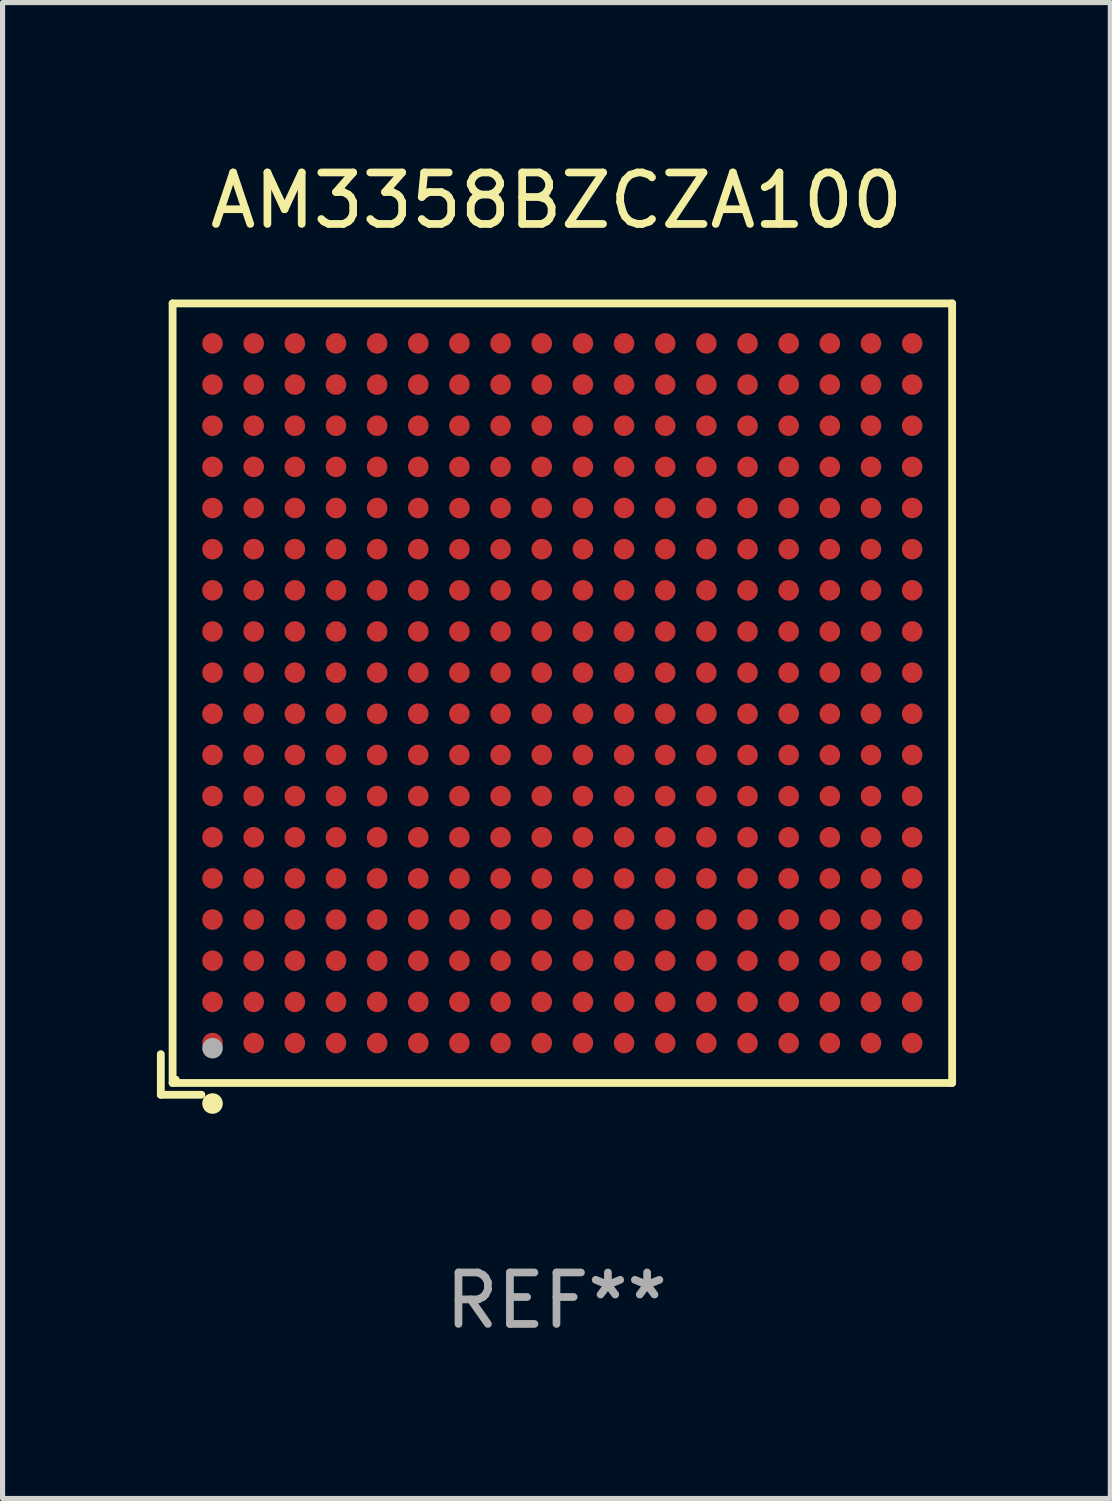
<source format=kicad_pcb>
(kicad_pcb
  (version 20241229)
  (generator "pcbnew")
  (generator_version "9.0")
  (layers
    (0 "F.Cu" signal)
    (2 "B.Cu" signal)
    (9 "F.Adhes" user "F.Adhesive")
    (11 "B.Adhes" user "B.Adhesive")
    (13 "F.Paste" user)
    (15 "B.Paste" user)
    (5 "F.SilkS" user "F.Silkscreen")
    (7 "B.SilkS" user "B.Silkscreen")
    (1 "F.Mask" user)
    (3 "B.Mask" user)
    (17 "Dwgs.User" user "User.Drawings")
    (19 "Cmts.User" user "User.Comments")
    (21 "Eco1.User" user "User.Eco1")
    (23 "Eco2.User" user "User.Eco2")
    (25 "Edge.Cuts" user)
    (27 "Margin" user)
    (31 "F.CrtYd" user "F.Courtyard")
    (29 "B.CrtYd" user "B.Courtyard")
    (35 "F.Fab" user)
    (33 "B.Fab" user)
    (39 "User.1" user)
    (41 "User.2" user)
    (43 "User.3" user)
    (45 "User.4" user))
  (footprint "AM3358BZCZA100"
    (layer "F.Cu")
    (at 7.767 10.539)
    (property "Reference" "AM3358BZCZA100" (at 0 -9.691 0) (layer "F.SilkS") (effects (font (size 1 1) (thickness 0.15))))
    (attr through_hole)
    (fp_line (start -7.691 6.902) (end -7.691 7.691) (stroke (width 0.152) (type solid)) (layer "F.SilkS"))
    (fp_line (start -7.691 7.691) (end -6.902 7.691) (stroke (width 0.152) (type solid)) (layer "F.SilkS"))
    (fp_line (start -7.462 -7.691) (end 7.691 -7.691) (stroke (width 0.152) (type solid)) (layer "F.SilkS"))
    (fp_line (start -7.462 7.462) (end -7.462 -7.691) (stroke (width 0.152) (type solid)) (layer "F.SilkS"))
    (fp_line (start 7.691 -7.691) (end 7.691 7.462) (stroke (width 0.152) (type solid)) (layer "F.SilkS"))
    (fp_line (start 7.691 7.462) (end -7.462 7.462) (stroke (width 0.152) (type solid)) (layer "F.SilkS"))
    (fp_circle (center -7.386 7.386) (end -7.356 7.386) (stroke (width 0.06) (type solid)) (fill no) (layer "F.SilkS"))
    (fp_circle (center -6.686 7.862) (end -6.586 7.862) (stroke (width 0.2) (type solid)) (fill no) (layer "F.SilkS"))
    (fp_circle (center -6.686 6.786) (end -6.586 6.786) (stroke (width 0.2) (type solid)) (fill no) (layer "F.Fab"))
    (fp_text user "REF**" (at 0 11.691 0) (layer "F.Fab") (effects (font (size 1 1) (thickness 0.15))))
    (pad "A1" smd circle (at -6.686 6.686) (size 0.4 0.4) (layers "F.Cu" "F.Mask" "F.Paste"))
    (pad "A2" smd circle (at -6.686 5.886) (size 0.4 0.4) (layers "F.Cu" "F.Mask" "F.Paste"))
    (pad "A3" smd circle (at -6.686 5.086) (size 0.4 0.4) (layers "F.Cu" "F.Mask" "F.Paste"))
    (pad "A4" smd circle (at -6.686 4.286) (size 0.4 0.4) (layers "F.Cu" "F.Mask" "F.Paste"))
    (pad "A5" smd circle (at -6.686 3.486) (size 0.4 0.4) (layers "F.Cu" "F.Mask" "F.Paste"))
    (pad "A6" smd circle (at -6.686 2.686) (size 0.4 0.4) (layers "F.Cu" "F.Mask" "F.Paste"))
    (pad "A7" smd circle (at -6.686 1.886) (size 0.4 0.4) (layers "F.Cu" "F.Mask" "F.Paste"))
    (pad "A8" smd circle (at -6.686 1.086) (size 0.4 0.4) (layers "F.Cu" "F.Mask" "F.Paste"))
    (pad "A9" smd circle (at -6.686 0.286) (size 0.4 0.4) (layers "F.Cu" "F.Mask" "F.Paste"))
    (pad "A10" smd circle (at -6.686 -0.514) (size 0.4 0.4) (layers "F.Cu" "F.Mask" "F.Paste"))
    (pad "A11" smd circle (at -6.686 -1.314) (size 0.4 0.4) (layers "F.Cu" "F.Mask" "F.Paste"))
    (pad "A12" smd circle (at -6.686 -2.114) (size 0.4 0.4) (layers "F.Cu" "F.Mask" "F.Paste"))
    (pad "A13" smd circle (at -6.686 -2.914) (size 0.4 0.4) (layers "F.Cu" "F.Mask" "F.Paste"))
    (pad "A14" smd circle (at -6.686 -3.714) (size 0.4 0.4) (layers "F.Cu" "F.Mask" "F.Paste"))
    (pad "A15" smd circle (at -6.686 -4.514) (size 0.4 0.4) (layers "F.Cu" "F.Mask" "F.Paste"))
    (pad "A16" smd circle (at -6.686 -5.314) (size 0.4 0.4) (layers "F.Cu" "F.Mask" "F.Paste"))
    (pad "A17" smd circle (at -6.686 -6.114) (size 0.4 0.4) (layers "F.Cu" "F.Mask" "F.Paste"))
    (pad "A18" smd circle (at -6.686 -6.914) (size 0.4 0.4) (layers "F.Cu" "F.Mask" "F.Paste"))
    (pad "B1" smd circle (at -5.886 6.686) (size 0.4 0.4) (layers "F.Cu" "F.Mask" "F.Paste"))
    (pad "B2" smd circle (at -5.886 5.886) (size 0.4 0.4) (layers "F.Cu" "F.Mask" "F.Paste"))
    (pad "B3" smd circle (at -5.886 5.086) (size 0.4 0.4) (layers "F.Cu" "F.Mask" "F.Paste"))
    (pad "B4" smd circle (at -5.886 4.286) (size 0.4 0.4) (layers "F.Cu" "F.Mask" "F.Paste"))
    (pad "B5" smd circle (at -5.886 3.486) (size 0.4 0.4) (layers "F.Cu" "F.Mask" "F.Paste"))
    (pad "B6" smd circle (at -5.886 2.686) (size 0.4 0.4) (layers "F.Cu" "F.Mask" "F.Paste"))
    (pad "B7" smd circle (at -5.886 1.886) (size 0.4 0.4) (layers "F.Cu" "F.Mask" "F.Paste"))
    (pad "B8" smd circle (at -5.886 1.086) (size 0.4 0.4) (layers "F.Cu" "F.Mask" "F.Paste"))
    (pad "B9" smd circle (at -5.886 0.286) (size 0.4 0.4) (layers "F.Cu" "F.Mask" "F.Paste"))
    (pad "B10" smd circle (at -5.886 -0.514) (size 0.4 0.4) (layers "F.Cu" "F.Mask" "F.Paste"))
    (pad "B11" smd circle (at -5.886 -1.314) (size 0.4 0.4) (layers "F.Cu" "F.Mask" "F.Paste"))
    (pad "B12" smd circle (at -5.886 -2.114) (size 0.4 0.4) (layers "F.Cu" "F.Mask" "F.Paste"))
    (pad "B13" smd circle (at -5.886 -2.914) (size 0.4 0.4) (layers "F.Cu" "F.Mask" "F.Paste"))
    (pad "B14" smd circle (at -5.886 -3.714) (size 0.4 0.4) (layers "F.Cu" "F.Mask" "F.Paste"))
    (pad "B15" smd circle (at -5.886 -4.514) (size 0.4 0.4) (layers "F.Cu" "F.Mask" "F.Paste"))
    (pad "B16" smd circle (at -5.886 -5.314) (size 0.4 0.4) (layers "F.Cu" "F.Mask" "F.Paste"))
    (pad "B17" smd circle (at -5.886 -6.114) (size 0.4 0.4) (layers "F.Cu" "F.Mask" "F.Paste"))
    (pad "B18" smd circle (at -5.886 -6.914) (size 0.4 0.4) (layers "F.Cu" "F.Mask" "F.Paste"))
    (pad "C1" smd circle (at -5.086 6.686) (size 0.4 0.4) (layers "F.Cu" "F.Mask" "F.Paste"))
    (pad "C2" smd circle (at -5.086 5.886) (size 0.4 0.4) (layers "F.Cu" "F.Mask" "F.Paste"))
    (pad "C3" smd circle (at -5.086 5.086) (size 0.4 0.4) (layers "F.Cu" "F.Mask" "F.Paste"))
    (pad "C4" smd circle (at -5.086 4.286) (size 0.4 0.4) (layers "F.Cu" "F.Mask" "F.Paste"))
    (pad "C5" smd circle (at -5.086 3.486) (size 0.4 0.4) (layers "F.Cu" "F.Mask" "F.Paste"))
    (pad "C6" smd circle (at -5.086 2.686) (size 0.4 0.4) (layers "F.Cu" "F.Mask" "F.Paste"))
    (pad "C7" smd circle (at -5.086 1.886) (size 0.4 0.4) (layers "F.Cu" "F.Mask" "F.Paste"))
    (pad "C8" smd circle (at -5.086 1.086) (size 0.4 0.4) (layers "F.Cu" "F.Mask" "F.Paste"))
    (pad "C9" smd circle (at -5.086 0.286) (size 0.4 0.4) (layers "F.Cu" "F.Mask" "F.Paste"))
    (pad "C10" smd circle (at -5.086 -0.514) (size 0.4 0.4) (layers "F.Cu" "F.Mask" "F.Paste"))
    (pad "C11" smd circle (at -5.086 -1.314) (size 0.4 0.4) (layers "F.Cu" "F.Mask" "F.Paste"))
    (pad "C12" smd circle (at -5.086 -2.114) (size 0.4 0.4) (layers "F.Cu" "F.Mask" "F.Paste"))
    (pad "C13" smd circle (at -5.086 -2.914) (size 0.4 0.4) (layers "F.Cu" "F.Mask" "F.Paste"))
    (pad "C14" smd circle (at -5.086 -3.714) (size 0.4 0.4) (layers "F.Cu" "F.Mask" "F.Paste"))
    (pad "C15" smd circle (at -5.086 -4.514) (size 0.4 0.4) (layers "F.Cu" "F.Mask" "F.Paste"))
    (pad "C16" smd circle (at -5.086 -5.314) (size 0.4 0.4) (layers "F.Cu" "F.Mask" "F.Paste"))
    (pad "C17" smd circle (at -5.086 -6.114) (size 0.4 0.4) (layers "F.Cu" "F.Mask" "F.Paste"))
    (pad "C18" smd circle (at -5.086 -6.914) (size 0.4 0.4) (layers "F.Cu" "F.Mask" "F.Paste"))
    (pad "D1" smd circle (at -4.286 6.686) (size 0.4 0.4) (layers "F.Cu" "F.Mask" "F.Paste"))
    (pad "D2" smd circle (at -4.286 5.886) (size 0.4 0.4) (layers "F.Cu" "F.Mask" "F.Paste"))
    (pad "D3" smd circle (at -4.286 5.086) (size 0.4 0.4) (layers "F.Cu" "F.Mask" "F.Paste"))
    (pad "D4" smd circle (at -4.286 4.286) (size 0.4 0.4) (layers "F.Cu" "F.Mask" "F.Paste"))
    (pad "D5" smd circle (at -4.286 3.486) (size 0.4 0.4) (layers "F.Cu" "F.Mask" "F.Paste"))
    (pad "D6" smd circle (at -4.286 2.686) (size 0.4 0.4) (layers "F.Cu" "F.Mask" "F.Paste"))
    (pad "D7" smd circle (at -4.286 1.886) (size 0.4 0.4) (layers "F.Cu" "F.Mask" "F.Paste"))
    (pad "D8" smd circle (at -4.286 1.086) (size 0.4 0.4) (layers "F.Cu" "F.Mask" "F.Paste"))
    (pad "D9" smd circle (at -4.286 0.286) (size 0.4 0.4) (layers "F.Cu" "F.Mask" "F.Paste"))
    (pad "D10" smd circle (at -4.286 -0.514) (size 0.4 0.4) (layers "F.Cu" "F.Mask" "F.Paste"))
    (pad "D11" smd circle (at -4.286 -1.314) (size 0.4 0.4) (layers "F.Cu" "F.Mask" "F.Paste"))
    (pad "D12" smd circle (at -4.286 -2.114) (size 0.4 0.4) (layers "F.Cu" "F.Mask" "F.Paste"))
    (pad "D13" smd circle (at -4.286 -2.914) (size 0.4 0.4) (layers "F.Cu" "F.Mask" "F.Paste"))
    (pad "D14" smd circle (at -4.286 -3.714) (size 0.4 0.4) (layers "F.Cu" "F.Mask" "F.Paste"))
    (pad "D15" smd circle (at -4.286 -4.514) (size 0.4 0.4) (layers "F.Cu" "F.Mask" "F.Paste"))
    (pad "D16" smd circle (at -4.286 -5.314) (size 0.4 0.4) (layers "F.Cu" "F.Mask" "F.Paste"))
    (pad "D17" smd circle (at -4.286 -6.114) (size 0.4 0.4) (layers "F.Cu" "F.Mask" "F.Paste"))
    (pad "D18" smd circle (at -4.286 -6.914) (size 0.4 0.4) (layers "F.Cu" "F.Mask" "F.Paste"))
    (pad "E1" smd circle (at -3.486 6.686) (size 0.4 0.4) (layers "F.Cu" "F.Mask" "F.Paste"))
    (pad "E2" smd circle (at -3.486 5.886) (size 0.4 0.4) (layers "F.Cu" "F.Mask" "F.Paste"))
    (pad "E3" smd circle (at -3.486 5.086) (size 0.4 0.4) (layers "F.Cu" "F.Mask" "F.Paste"))
    (pad "E4" smd circle (at -3.486 4.286) (size 0.4 0.4) (layers "F.Cu" "F.Mask" "F.Paste"))
    (pad "E5" smd circle (at -3.486 3.486) (size 0.4 0.4) (layers "F.Cu" "F.Mask" "F.Paste"))
    (pad "E6" smd circle (at -3.486 2.686) (size 0.4 0.4) (layers "F.Cu" "F.Mask" "F.Paste"))
    (pad "E7" smd circle (at -3.486 1.886) (size 0.4 0.4) (layers "F.Cu" "F.Mask" "F.Paste"))
    (pad "E8" smd circle (at -3.486 1.086) (size 0.4 0.4) (layers "F.Cu" "F.Mask" "F.Paste"))
    (pad "E9" smd circle (at -3.486 0.286) (size 0.4 0.4) (layers "F.Cu" "F.Mask" "F.Paste"))
    (pad "E10" smd circle (at -3.486 -0.514) (size 0.4 0.4) (layers "F.Cu" "F.Mask" "F.Paste"))
    (pad "E11" smd circle (at -3.486 -1.314) (size 0.4 0.4) (layers "F.Cu" "F.Mask" "F.Paste"))
    (pad "E12" smd circle (at -3.486 -2.114) (size 0.4 0.4) (layers "F.Cu" "F.Mask" "F.Paste"))
    (pad "E13" smd circle (at -3.486 -2.914) (size 0.4 0.4) (layers "F.Cu" "F.Mask" "F.Paste"))
    (pad "E14" smd circle (at -3.486 -3.714) (size 0.4 0.4) (layers "F.Cu" "F.Mask" "F.Paste"))
    (pad "E15" smd circle (at -3.486 -4.514) (size 0.4 0.4) (layers "F.Cu" "F.Mask" "F.Paste"))
    (pad "E16" smd circle (at -3.486 -5.314) (size 0.4 0.4) (layers "F.Cu" "F.Mask" "F.Paste"))
    (pad "E17" smd circle (at -3.486 -6.114) (size 0.4 0.4) (layers "F.Cu" "F.Mask" "F.Paste"))
    (pad "E18" smd circle (at -3.486 -6.914) (size 0.4 0.4) (layers "F.Cu" "F.Mask" "F.Paste"))
    (pad "F1" smd circle (at -2.686 6.686) (size 0.4 0.4) (layers "F.Cu" "F.Mask" "F.Paste"))
    (pad "F2" smd circle (at -2.686 5.886) (size 0.4 0.4) (layers "F.Cu" "F.Mask" "F.Paste"))
    (pad "F3" smd circle (at -2.686 5.086) (size 0.4 0.4) (layers "F.Cu" "F.Mask" "F.Paste"))
    (pad "F4" smd circle (at -2.686 4.286) (size 0.4 0.4) (layers "F.Cu" "F.Mask" "F.Paste"))
    (pad "F5" smd circle (at -2.686 3.486) (size 0.4 0.4) (layers "F.Cu" "F.Mask" "F.Paste"))
    (pad "F6" smd circle (at -2.686 2.686) (size 0.4 0.4) (layers "F.Cu" "F.Mask" "F.Paste"))
    (pad "F7" smd circle (at -2.686 1.886) (size 0.4 0.4) (layers "F.Cu" "F.Mask" "F.Paste"))
    (pad "F8" smd circle (at -2.686 1.086) (size 0.4 0.4) (layers "F.Cu" "F.Mask" "F.Paste"))
    (pad "F9" smd circle (at -2.686 0.286) (size 0.4 0.4) (layers "F.Cu" "F.Mask" "F.Paste"))
    (pad "F10" smd circle (at -2.686 -0.514) (size 0.4 0.4) (layers "F.Cu" "F.Mask" "F.Paste"))
    (pad "F11" smd circle (at -2.686 -1.314) (size 0.4 0.4) (layers "F.Cu" "F.Mask" "F.Paste"))
    (pad "F12" smd circle (at -2.686 -2.114) (size 0.4 0.4) (layers "F.Cu" "F.Mask" "F.Paste"))
    (pad "F13" smd circle (at -2.686 -2.914) (size 0.4 0.4) (layers "F.Cu" "F.Mask" "F.Paste"))
    (pad "F14" smd circle (at -2.686 -3.714) (size 0.4 0.4) (layers "F.Cu" "F.Mask" "F.Paste"))
    (pad "F15" smd circle (at -2.686 -4.514) (size 0.4 0.4) (layers "F.Cu" "F.Mask" "F.Paste"))
    (pad "F16" smd circle (at -2.686 -5.314) (size 0.4 0.4) (layers "F.Cu" "F.Mask" "F.Paste"))
    (pad "F17" smd circle (at -2.686 -6.114) (size 0.4 0.4) (layers "F.Cu" "F.Mask" "F.Paste"))
    (pad "F18" smd circle (at -2.686 -6.914) (size 0.4 0.4) (layers "F.Cu" "F.Mask" "F.Paste"))
    (pad "G1" smd circle (at -1.886 6.686) (size 0.4 0.4) (layers "F.Cu" "F.Mask" "F.Paste"))
    (pad "G2" smd circle (at -1.886 5.886) (size 0.4 0.4) (layers "F.Cu" "F.Mask" "F.Paste"))
    (pad "G3" smd circle (at -1.886 5.086) (size 0.4 0.4) (layers "F.Cu" "F.Mask" "F.Paste"))
    (pad "G4" smd circle (at -1.886 4.286) (size 0.4 0.4) (layers "F.Cu" "F.Mask" "F.Paste"))
    (pad "G5" smd circle (at -1.886 3.486) (size 0.4 0.4) (layers "F.Cu" "F.Mask" "F.Paste"))
    (pad "G6" smd circle (at -1.886 2.686) (size 0.4 0.4) (layers "F.Cu" "F.Mask" "F.Paste"))
    (pad "G7" smd circle (at -1.886 1.886) (size 0.4 0.4) (layers "F.Cu" "F.Mask" "F.Paste"))
    (pad "G8" smd circle (at -1.886 1.086) (size 0.4 0.4) (layers "F.Cu" "F.Mask" "F.Paste"))
    (pad "G9" smd circle (at -1.886 0.286) (size 0.4 0.4) (layers "F.Cu" "F.Mask" "F.Paste"))
    (pad "G10" smd circle (at -1.886 -0.514) (size 0.4 0.4) (layers "F.Cu" "F.Mask" "F.Paste"))
    (pad "G11" smd circle (at -1.886 -1.314) (size 0.4 0.4) (layers "F.Cu" "F.Mask" "F.Paste"))
    (pad "G12" smd circle (at -1.886 -2.114) (size 0.4 0.4) (layers "F.Cu" "F.Mask" "F.Paste"))
    (pad "G13" smd circle (at -1.886 -2.914) (size 0.4 0.4) (layers "F.Cu" "F.Mask" "F.Paste"))
    (pad "G14" smd circle (at -1.886 -3.714) (size 0.4 0.4) (layers "F.Cu" "F.Mask" "F.Paste"))
    (pad "G15" smd circle (at -1.886 -4.514) (size 0.4 0.4) (layers "F.Cu" "F.Mask" "F.Paste"))
    (pad "G16" smd circle (at -1.886 -5.314) (size 0.4 0.4) (layers "F.Cu" "F.Mask" "F.Paste"))
    (pad "G17" smd circle (at -1.886 -6.114) (size 0.4 0.4) (layers "F.Cu" "F.Mask" "F.Paste"))
    (pad "G18" smd circle (at -1.886 -6.914) (size 0.4 0.4) (layers "F.Cu" "F.Mask" "F.Paste"))
    (pad "H1" smd circle (at -1.086 6.686) (size 0.4 0.4) (layers "F.Cu" "F.Mask" "F.Paste"))
    (pad "H2" smd circle (at -1.086 5.886) (size 0.4 0.4) (layers "F.Cu" "F.Mask" "F.Paste"))
    (pad "H3" smd circle (at -1.086 5.086) (size 0.4 0.4) (layers "F.Cu" "F.Mask" "F.Paste"))
    (pad "H4" smd circle (at -1.086 4.286) (size 0.4 0.4) (layers "F.Cu" "F.Mask" "F.Paste"))
    (pad "H5" smd circle (at -1.086 3.486) (size 0.4 0.4) (layers "F.Cu" "F.Mask" "F.Paste"))
    (pad "H6" smd circle (at -1.086 2.686) (size 0.4 0.4) (layers "F.Cu" "F.Mask" "F.Paste"))
    (pad "H7" smd circle (at -1.086 1.886) (size 0.4 0.4) (layers "F.Cu" "F.Mask" "F.Paste"))
    (pad "H8" smd circle (at -1.086 1.086) (size 0.4 0.4) (layers "F.Cu" "F.Mask" "F.Paste"))
    (pad "H9" smd circle (at -1.086 0.286) (size 0.4 0.4) (layers "F.Cu" "F.Mask" "F.Paste"))
    (pad "H10" smd circle (at -1.086 -0.514) (size 0.4 0.4) (layers "F.Cu" "F.Mask" "F.Paste"))
    (pad "H11" smd circle (at -1.086 -1.314) (size 0.4 0.4) (layers "F.Cu" "F.Mask" "F.Paste"))
    (pad "H12" smd circle (at -1.086 -2.114) (size 0.4 0.4) (layers "F.Cu" "F.Mask" "F.Paste"))
    (pad "H13" smd circle (at -1.086 -2.914) (size 0.4 0.4) (layers "F.Cu" "F.Mask" "F.Paste"))
    (pad "H14" smd circle (at -1.086 -3.714) (size 0.4 0.4) (layers "F.Cu" "F.Mask" "F.Paste"))
    (pad "H15" smd circle (at -1.086 -4.514) (size 0.4 0.4) (layers "F.Cu" "F.Mask" "F.Paste"))
    (pad "H16" smd circle (at -1.086 -5.314) (size 0.4 0.4) (layers "F.Cu" "F.Mask" "F.Paste"))
    (pad "H17" smd circle (at -1.086 -6.114) (size 0.4 0.4) (layers "F.Cu" "F.Mask" "F.Paste"))
    (pad "H18" smd circle (at -1.086 -6.914) (size 0.4 0.4) (layers "F.Cu" "F.Mask" "F.Paste"))
    (pad "J1" smd circle (at -0.286 6.686) (size 0.4 0.4) (layers "F.Cu" "F.Mask" "F.Paste"))
    (pad "J2" smd circle (at -0.286 5.886) (size 0.4 0.4) (layers "F.Cu" "F.Mask" "F.Paste"))
    (pad "J3" smd circle (at -0.286 5.086) (size 0.4 0.4) (layers "F.Cu" "F.Mask" "F.Paste"))
    (pad "J4" smd circle (at -0.286 4.286) (size 0.4 0.4) (layers "F.Cu" "F.Mask" "F.Paste"))
    (pad "J5" smd circle (at -0.286 3.486) (size 0.4 0.4) (layers "F.Cu" "F.Mask" "F.Paste"))
    (pad "J6" smd circle (at -0.286 2.686) (size 0.4 0.4) (layers "F.Cu" "F.Mask" "F.Paste"))
    (pad "J7" smd circle (at -0.286 1.886) (size 0.4 0.4) (layers "F.Cu" "F.Mask" "F.Paste"))
    (pad "J8" smd circle (at -0.286 1.086) (size 0.4 0.4) (layers "F.Cu" "F.Mask" "F.Paste"))
    (pad "J9" smd circle (at -0.286 0.286) (size 0.4 0.4) (layers "F.Cu" "F.Mask" "F.Paste"))
    (pad "J10" smd circle (at -0.286 -0.514) (size 0.4 0.4) (layers "F.Cu" "F.Mask" "F.Paste"))
    (pad "J11" smd circle (at -0.286 -1.314) (size 0.4 0.4) (layers "F.Cu" "F.Mask" "F.Paste"))
    (pad "J12" smd circle (at -0.286 -2.114) (size 0.4 0.4) (layers "F.Cu" "F.Mask" "F.Paste"))
    (pad "J13" smd circle (at -0.286 -2.914) (size 0.4 0.4) (layers "F.Cu" "F.Mask" "F.Paste"))
    (pad "J14" smd circle (at -0.286 -3.714) (size 0.4 0.4) (layers "F.Cu" "F.Mask" "F.Paste"))
    (pad "J15" smd circle (at -0.286 -4.514) (size 0.4 0.4) (layers "F.Cu" "F.Mask" "F.Paste"))
    (pad "J16" smd circle (at -0.286 -5.314) (size 0.4 0.4) (layers "F.Cu" "F.Mask" "F.Paste"))
    (pad "J17" smd circle (at -0.286 -6.114) (size 0.4 0.4) (layers "F.Cu" "F.Mask" "F.Paste"))
    (pad "J18" smd circle (at -0.286 -6.914) (size 0.4 0.4) (layers "F.Cu" "F.Mask" "F.Paste"))
    (pad "K1" smd circle (at 0.514 6.686) (size 0.4 0.4) (layers "F.Cu" "F.Mask" "F.Paste"))
    (pad "K2" smd circle (at 0.514 5.886) (size 0.4 0.4) (layers "F.Cu" "F.Mask" "F.Paste"))
    (pad "K3" smd circle (at 0.514 5.086) (size 0.4 0.4) (layers "F.Cu" "F.Mask" "F.Paste"))
    (pad "K4" smd circle (at 0.514 4.286) (size 0.4 0.4) (layers "F.Cu" "F.Mask" "F.Paste"))
    (pad "K5" smd circle (at 0.514 3.486) (size 0.4 0.4) (layers "F.Cu" "F.Mask" "F.Paste"))
    (pad "K6" smd circle (at 0.514 2.686) (size 0.4 0.4) (layers "F.Cu" "F.Mask" "F.Paste"))
    (pad "K7" smd circle (at 0.514 1.886) (size 0.4 0.4) (layers "F.Cu" "F.Mask" "F.Paste"))
    (pad "K8" smd circle (at 0.514 1.086) (size 0.4 0.4) (layers "F.Cu" "F.Mask" "F.Paste"))
    (pad "K9" smd circle (at 0.514 0.286) (size 0.4 0.4) (layers "F.Cu" "F.Mask" "F.Paste"))
    (pad "K10" smd circle (at 0.514 -0.514) (size 0.4 0.4) (layers "F.Cu" "F.Mask" "F.Paste"))
    (pad "K11" smd circle (at 0.514 -1.314) (size 0.4 0.4) (layers "F.Cu" "F.Mask" "F.Paste"))
    (pad "K12" smd circle (at 0.514 -2.114) (size 0.4 0.4) (layers "F.Cu" "F.Mask" "F.Paste"))
    (pad "K13" smd circle (at 0.514 -2.914) (size 0.4 0.4) (layers "F.Cu" "F.Mask" "F.Paste"))
    (pad "K14" smd circle (at 0.514 -3.714) (size 0.4 0.4) (layers "F.Cu" "F.Mask" "F.Paste"))
    (pad "K15" smd circle (at 0.514 -4.514) (size 0.4 0.4) (layers "F.Cu" "F.Mask" "F.Paste"))
    (pad "K16" smd circle (at 0.514 -5.314) (size 0.4 0.4) (layers "F.Cu" "F.Mask" "F.Paste"))
    (pad "K17" smd circle (at 0.514 -6.114) (size 0.4 0.4) (layers "F.Cu" "F.Mask" "F.Paste"))
    (pad "K18" smd circle (at 0.514 -6.914) (size 0.4 0.4) (layers "F.Cu" "F.Mask" "F.Paste"))
    (pad "L1" smd circle (at 1.314 6.686) (size 0.4 0.4) (layers "F.Cu" "F.Mask" "F.Paste"))
    (pad "L2" smd circle (at 1.314 5.886) (size 0.4 0.4) (layers "F.Cu" "F.Mask" "F.Paste"))
    (pad "L3" smd circle (at 1.314 5.086) (size 0.4 0.4) (layers "F.Cu" "F.Mask" "F.Paste"))
    (pad "L4" smd circle (at 1.314 4.286) (size 0.4 0.4) (layers "F.Cu" "F.Mask" "F.Paste"))
    (pad "L5" smd circle (at 1.314 3.486) (size 0.4 0.4) (layers "F.Cu" "F.Mask" "F.Paste"))
    (pad "L6" smd circle (at 1.314 2.686) (size 0.4 0.4) (layers "F.Cu" "F.Mask" "F.Paste"))
    (pad "L7" smd circle (at 1.314 1.886) (size 0.4 0.4) (layers "F.Cu" "F.Mask" "F.Paste"))
    (pad "L8" smd circle (at 1.314 1.086) (size 0.4 0.4) (layers "F.Cu" "F.Mask" "F.Paste"))
    (pad "L9" smd circle (at 1.314 0.286) (size 0.4 0.4) (layers "F.Cu" "F.Mask" "F.Paste"))
    (pad "L10" smd circle (at 1.314 -0.514) (size 0.4 0.4) (layers "F.Cu" "F.Mask" "F.Paste"))
    (pad "L11" smd circle (at 1.314 -1.314) (size 0.4 0.4) (layers "F.Cu" "F.Mask" "F.Paste"))
    (pad "L12" smd circle (at 1.314 -2.114) (size 0.4 0.4) (layers "F.Cu" "F.Mask" "F.Paste"))
    (pad "L13" smd circle (at 1.314 -2.914) (size 0.4 0.4) (layers "F.Cu" "F.Mask" "F.Paste"))
    (pad "L14" smd circle (at 1.314 -3.714) (size 0.4 0.4) (layers "F.Cu" "F.Mask" "F.Paste"))
    (pad "L15" smd circle (at 1.314 -4.514) (size 0.4 0.4) (layers "F.Cu" "F.Mask" "F.Paste"))
    (pad "L16" smd circle (at 1.314 -5.314) (size 0.4 0.4) (layers "F.Cu" "F.Mask" "F.Paste"))
    (pad "L17" smd circle (at 1.314 -6.114) (size 0.4 0.4) (layers "F.Cu" "F.Mask" "F.Paste"))
    (pad "L18" smd circle (at 1.314 -6.914) (size 0.4 0.4) (layers "F.Cu" "F.Mask" "F.Paste"))
    (pad "M1" smd circle (at 2.114 6.686) (size 0.4 0.4) (layers "F.Cu" "F.Mask" "F.Paste"))
    (pad "M2" smd circle (at 2.114 5.886) (size 0.4 0.4) (layers "F.Cu" "F.Mask" "F.Paste"))
    (pad "M3" smd circle (at 2.114 5.086) (size 0.4 0.4) (layers "F.Cu" "F.Mask" "F.Paste"))
    (pad "M4" smd circle (at 2.114 4.286) (size 0.4 0.4) (layers "F.Cu" "F.Mask" "F.Paste"))
    (pad "M5" smd circle (at 2.114 3.486) (size 0.4 0.4) (layers "F.Cu" "F.Mask" "F.Paste"))
    (pad "M6" smd circle (at 2.114 2.686) (size 0.4 0.4) (layers "F.Cu" "F.Mask" "F.Paste"))
    (pad "M7" smd circle (at 2.114 1.886) (size 0.4 0.4) (layers "F.Cu" "F.Mask" "F.Paste"))
    (pad "M8" smd circle (at 2.114 1.086) (size 0.4 0.4) (layers "F.Cu" "F.Mask" "F.Paste"))
    (pad "M9" smd circle (at 2.114 0.286) (size 0.4 0.4) (layers "F.Cu" "F.Mask" "F.Paste"))
    (pad "M10" smd circle (at 2.114 -0.514) (size 0.4 0.4) (layers "F.Cu" "F.Mask" "F.Paste"))
    (pad "M11" smd circle (at 2.114 -1.314) (size 0.4 0.4) (layers "F.Cu" "F.Mask" "F.Paste"))
    (pad "M12" smd circle (at 2.114 -2.114) (size 0.4 0.4) (layers "F.Cu" "F.Mask" "F.Paste"))
    (pad "M13" smd circle (at 2.114 -2.914) (size 0.4 0.4) (layers "F.Cu" "F.Mask" "F.Paste"))
    (pad "M14" smd circle (at 2.114 -3.714) (size 0.4 0.4) (layers "F.Cu" "F.Mask" "F.Paste"))
    (pad "M15" smd circle (at 2.114 -4.514) (size 0.4 0.4) (layers "F.Cu" "F.Mask" "F.Paste"))
    (pad "M16" smd circle (at 2.114 -5.314) (size 0.4 0.4) (layers "F.Cu" "F.Mask" "F.Paste"))
    (pad "M17" smd circle (at 2.114 -6.114) (size 0.4 0.4) (layers "F.Cu" "F.Mask" "F.Paste"))
    (pad "M18" smd circle (at 2.114 -6.914) (size 0.4 0.4) (layers "F.Cu" "F.Mask" "F.Paste"))
    (pad "N1" smd circle (at 2.914 6.686) (size 0.4 0.4) (layers "F.Cu" "F.Mask" "F.Paste"))
    (pad "N2" smd circle (at 2.914 5.886) (size 0.4 0.4) (layers "F.Cu" "F.Mask" "F.Paste"))
    (pad "N3" smd circle (at 2.914 5.086) (size 0.4 0.4) (layers "F.Cu" "F.Mask" "F.Paste"))
    (pad "N4" smd circle (at 2.914 4.286) (size 0.4 0.4) (layers "F.Cu" "F.Mask" "F.Paste"))
    (pad "N5" smd circle (at 2.914 3.486) (size 0.4 0.4) (layers "F.Cu" "F.Mask" "F.Paste"))
    (pad "N6" smd circle (at 2.914 2.686) (size 0.4 0.4) (layers "F.Cu" "F.Mask" "F.Paste"))
    (pad "N7" smd circle (at 2.914 1.886) (size 0.4 0.4) (layers "F.Cu" "F.Mask" "F.Paste"))
    (pad "N8" smd circle (at 2.914 1.086) (size 0.4 0.4) (layers "F.Cu" "F.Mask" "F.Paste"))
    (pad "N9" smd circle (at 2.914 0.286) (size 0.4 0.4) (layers "F.Cu" "F.Mask" "F.Paste"))
    (pad "N10" smd circle (at 2.914 -0.514) (size 0.4 0.4) (layers "F.Cu" "F.Mask" "F.Paste"))
    (pad "N11" smd circle (at 2.914 -1.314) (size 0.4 0.4) (layers "F.Cu" "F.Mask" "F.Paste"))
    (pad "N12" smd circle (at 2.914 -2.114) (size 0.4 0.4) (layers "F.Cu" "F.Mask" "F.Paste"))
    (pad "N13" smd circle (at 2.914 -2.914) (size 0.4 0.4) (layers "F.Cu" "F.Mask" "F.Paste"))
    (pad "N14" smd circle (at 2.914 -3.714) (size 0.4 0.4) (layers "F.Cu" "F.Mask" "F.Paste"))
    (pad "N15" smd circle (at 2.914 -4.514) (size 0.4 0.4) (layers "F.Cu" "F.Mask" "F.Paste"))
    (pad "N16" smd circle (at 2.914 -5.314) (size 0.4 0.4) (layers "F.Cu" "F.Mask" "F.Paste"))
    (pad "N17" smd circle (at 2.914 -6.114) (size 0.4 0.4) (layers "F.Cu" "F.Mask" "F.Paste"))
    (pad "N18" smd circle (at 2.914 -6.914) (size 0.4 0.4) (layers "F.Cu" "F.Mask" "F.Paste"))
    (pad "P1" smd circle (at 3.714 6.686) (size 0.4 0.4) (layers "F.Cu" "F.Mask" "F.Paste"))
    (pad "P2" smd circle (at 3.714 5.886) (size 0.4 0.4) (layers "F.Cu" "F.Mask" "F.Paste"))
    (pad "P3" smd circle (at 3.714 5.086) (size 0.4 0.4) (layers "F.Cu" "F.Mask" "F.Paste"))
    (pad "P4" smd circle (at 3.714 4.286) (size 0.4 0.4) (layers "F.Cu" "F.Mask" "F.Paste"))
    (pad "P5" smd circle (at 3.714 3.486) (size 0.4 0.4) (layers "F.Cu" "F.Mask" "F.Paste"))
    (pad "P6" smd circle (at 3.714 2.686) (size 0.4 0.4) (layers "F.Cu" "F.Mask" "F.Paste"))
    (pad "P7" smd circle (at 3.714 1.886) (size 0.4 0.4) (layers "F.Cu" "F.Mask" "F.Paste"))
    (pad "P8" smd circle (at 3.714 1.086) (size 0.4 0.4) (layers "F.Cu" "F.Mask" "F.Paste"))
    (pad "P9" smd circle (at 3.714 0.286) (size 0.4 0.4) (layers "F.Cu" "F.Mask" "F.Paste"))
    (pad "P10" smd circle (at 3.714 -0.514) (size 0.4 0.4) (layers "F.Cu" "F.Mask" "F.Paste"))
    (pad "P11" smd circle (at 3.714 -1.314) (size 0.4 0.4) (layers "F.Cu" "F.Mask" "F.Paste"))
    (pad "P12" smd circle (at 3.714 -2.114) (size 0.4 0.4) (layers "F.Cu" "F.Mask" "F.Paste"))
    (pad "P13" smd circle (at 3.714 -2.914) (size 0.4 0.4) (layers "F.Cu" "F.Mask" "F.Paste"))
    (pad "P14" smd circle (at 3.714 -3.714) (size 0.4 0.4) (layers "F.Cu" "F.Mask" "F.Paste"))
    (pad "P15" smd circle (at 3.714 -4.514) (size 0.4 0.4) (layers "F.Cu" "F.Mask" "F.Paste"))
    (pad "P16" smd circle (at 3.714 -5.314) (size 0.4 0.4) (layers "F.Cu" "F.Mask" "F.Paste"))
    (pad "P17" smd circle (at 3.714 -6.114) (size 0.4 0.4) (layers "F.Cu" "F.Mask" "F.Paste"))
    (pad "P18" smd circle (at 3.714 -6.914) (size 0.4 0.4) (layers "F.Cu" "F.Mask" "F.Paste"))
    (pad "R1" smd circle (at 4.514 6.686) (size 0.4 0.4) (layers "F.Cu" "F.Mask" "F.Paste"))
    (pad "R2" smd circle (at 4.514 5.886) (size 0.4 0.4) (layers "F.Cu" "F.Mask" "F.Paste"))
    (pad "R3" smd circle (at 4.514 5.086) (size 0.4 0.4) (layers "F.Cu" "F.Mask" "F.Paste"))
    (pad "R4" smd circle (at 4.514 4.286) (size 0.4 0.4) (layers "F.Cu" "F.Mask" "F.Paste"))
    (pad "R5" smd circle (at 4.514 3.486) (size 0.4 0.4) (layers "F.Cu" "F.Mask" "F.Paste"))
    (pad "R6" smd circle (at 4.514 2.686) (size 0.4 0.4) (layers "F.Cu" "F.Mask" "F.Paste"))
    (pad "R7" smd circle (at 4.514 1.886) (size 0.4 0.4) (layers "F.Cu" "F.Mask" "F.Paste"))
    (pad "R8" smd circle (at 4.514 1.086) (size 0.4 0.4) (layers "F.Cu" "F.Mask" "F.Paste"))
    (pad "R9" smd circle (at 4.514 0.286) (size 0.4 0.4) (layers "F.Cu" "F.Mask" "F.Paste"))
    (pad "R10" smd circle (at 4.514 -0.514) (size 0.4 0.4) (layers "F.Cu" "F.Mask" "F.Paste"))
    (pad "R11" smd circle (at 4.514 -1.314) (size 0.4 0.4) (layers "F.Cu" "F.Mask" "F.Paste"))
    (pad "R12" smd circle (at 4.514 -2.114) (size 0.4 0.4) (layers "F.Cu" "F.Mask" "F.Paste"))
    (pad "R13" smd circle (at 4.514 -2.914) (size 0.4 0.4) (layers "F.Cu" "F.Mask" "F.Paste"))
    (pad "R14" smd circle (at 4.514 -3.714) (size 0.4 0.4) (layers "F.Cu" "F.Mask" "F.Paste"))
    (pad "R15" smd circle (at 4.514 -4.514) (size 0.4 0.4) (layers "F.Cu" "F.Mask" "F.Paste"))
    (pad "R16" smd circle (at 4.514 -5.314) (size 0.4 0.4) (layers "F.Cu" "F.Mask" "F.Paste"))
    (pad "R17" smd circle (at 4.514 -6.114) (size 0.4 0.4) (layers "F.Cu" "F.Mask" "F.Paste"))
    (pad "R18" smd circle (at 4.514 -6.914) (size 0.4 0.4) (layers "F.Cu" "F.Mask" "F.Paste"))
    (pad "T1" smd circle (at 5.314 6.686) (size 0.4 0.4) (layers "F.Cu" "F.Mask" "F.Paste"))
    (pad "T2" smd circle (at 5.314 5.886) (size 0.4 0.4) (layers "F.Cu" "F.Mask" "F.Paste"))
    (pad "T3" smd circle (at 5.314 5.086) (size 0.4 0.4) (layers "F.Cu" "F.Mask" "F.Paste"))
    (pad "T4" smd circle (at 5.314 4.286) (size 0.4 0.4) (layers "F.Cu" "F.Mask" "F.Paste"))
    (pad "T5" smd circle (at 5.314 3.486) (size 0.4 0.4) (layers "F.Cu" "F.Mask" "F.Paste"))
    (pad "T6" smd circle (at 5.314 2.686) (size 0.4 0.4) (layers "F.Cu" "F.Mask" "F.Paste"))
    (pad "T7" smd circle (at 5.314 1.886) (size 0.4 0.4) (layers "F.Cu" "F.Mask" "F.Paste"))
    (pad "T8" smd circle (at 5.314 1.086) (size 0.4 0.4) (layers "F.Cu" "F.Mask" "F.Paste"))
    (pad "T9" smd circle (at 5.314 0.286) (size 0.4 0.4) (layers "F.Cu" "F.Mask" "F.Paste"))
    (pad "T10" smd circle (at 5.314 -0.514) (size 0.4 0.4) (layers "F.Cu" "F.Mask" "F.Paste"))
    (pad "T11" smd circle (at 5.314 -1.314) (size 0.4 0.4) (layers "F.Cu" "F.Mask" "F.Paste"))
    (pad "T12" smd circle (at 5.314 -2.114) (size 0.4 0.4) (layers "F.Cu" "F.Mask" "F.Paste"))
    (pad "T13" smd circle (at 5.314 -2.914) (size 0.4 0.4) (layers "F.Cu" "F.Mask" "F.Paste"))
    (pad "T14" smd circle (at 5.314 -3.714) (size 0.4 0.4) (layers "F.Cu" "F.Mask" "F.Paste"))
    (pad "T15" smd circle (at 5.314 -4.514) (size 0.4 0.4) (layers "F.Cu" "F.Mask" "F.Paste"))
    (pad "T16" smd circle (at 5.314 -5.314) (size 0.4 0.4) (layers "F.Cu" "F.Mask" "F.Paste"))
    (pad "T17" smd circle (at 5.314 -6.114) (size 0.4 0.4) (layers "F.Cu" "F.Mask" "F.Paste"))
    (pad "T18" smd circle (at 5.314 -6.914) (size 0.4 0.4) (layers "F.Cu" "F.Mask" "F.Paste"))
    (pad "U1" smd circle (at 6.114 6.686) (size 0.4 0.4) (layers "F.Cu" "F.Mask" "F.Paste"))
    (pad "U2" smd circle (at 6.114 5.886) (size 0.4 0.4) (layers "F.Cu" "F.Mask" "F.Paste"))
    (pad "U3" smd circle (at 6.114 5.086) (size 0.4 0.4) (layers "F.Cu" "F.Mask" "F.Paste"))
    (pad "U4" smd circle (at 6.114 4.286) (size 0.4 0.4) (layers "F.Cu" "F.Mask" "F.Paste"))
    (pad "U5" smd circle (at 6.114 3.486) (size 0.4 0.4) (layers "F.Cu" "F.Mask" "F.Paste"))
    (pad "U6" smd circle (at 6.114 2.686) (size 0.4 0.4) (layers "F.Cu" "F.Mask" "F.Paste"))
    (pad "U7" smd circle (at 6.114 1.886) (size 0.4 0.4) (layers "F.Cu" "F.Mask" "F.Paste"))
    (pad "U8" smd circle (at 6.114 1.086) (size 0.4 0.4) (layers "F.Cu" "F.Mask" "F.Paste"))
    (pad "U9" smd circle (at 6.114 0.286) (size 0.4 0.4) (layers "F.Cu" "F.Mask" "F.Paste"))
    (pad "U10" smd circle (at 6.114 -0.514) (size 0.4 0.4) (layers "F.Cu" "F.Mask" "F.Paste"))
    (pad "U11" smd circle (at 6.114 -1.314) (size 0.4 0.4) (layers "F.Cu" "F.Mask" "F.Paste"))
    (pad "U12" smd circle (at 6.114 -2.114) (size 0.4 0.4) (layers "F.Cu" "F.Mask" "F.Paste"))
    (pad "U13" smd circle (at 6.114 -2.914) (size 0.4 0.4) (layers "F.Cu" "F.Mask" "F.Paste"))
    (pad "U14" smd circle (at 6.114 -3.714) (size 0.4 0.4) (layers "F.Cu" "F.Mask" "F.Paste"))
    (pad "U15" smd circle (at 6.114 -4.514) (size 0.4 0.4) (layers "F.Cu" "F.Mask" "F.Paste"))
    (pad "U16" smd circle (at 6.114 -5.314) (size 0.4 0.4) (layers "F.Cu" "F.Mask" "F.Paste"))
    (pad "U17" smd circle (at 6.114 -6.114) (size 0.4 0.4) (layers "F.Cu" "F.Mask" "F.Paste"))
    (pad "U18" smd circle (at 6.114 -6.914) (size 0.4 0.4) (layers "F.Cu" "F.Mask" "F.Paste"))
    (pad "V1" smd circle (at 6.914 6.686) (size 0.4 0.4) (layers "F.Cu" "F.Mask" "F.Paste"))
    (pad "V2" smd circle (at 6.914 5.886) (size 0.4 0.4) (layers "F.Cu" "F.Mask" "F.Paste"))
    (pad "V3" smd circle (at 6.914 5.086) (size 0.4 0.4) (layers "F.Cu" "F.Mask" "F.Paste"))
    (pad "V4" smd circle (at 6.914 4.286) (size 0.4 0.4) (layers "F.Cu" "F.Mask" "F.Paste"))
    (pad "V5" smd circle (at 6.914 3.486) (size 0.4 0.4) (layers "F.Cu" "F.Mask" "F.Paste"))
    (pad "V6" smd circle (at 6.914 2.686) (size 0.4 0.4) (layers "F.Cu" "F.Mask" "F.Paste"))
    (pad "V7" smd circle (at 6.914 1.886) (size 0.4 0.4) (layers "F.Cu" "F.Mask" "F.Paste"))
    (pad "V8" smd circle (at 6.914 1.086) (size 0.4 0.4) (layers "F.Cu" "F.Mask" "F.Paste"))
    (pad "V9" smd circle (at 6.914 0.286) (size 0.4 0.4) (layers "F.Cu" "F.Mask" "F.Paste"))
    (pad "V10" smd circle (at 6.914 -0.514) (size 0.4 0.4) (layers "F.Cu" "F.Mask" "F.Paste"))
    (pad "V11" smd circle (at 6.914 -1.314) (size 0.4 0.4) (layers "F.Cu" "F.Mask" "F.Paste"))
    (pad "V12" smd circle (at 6.914 -2.114) (size 0.4 0.4) (layers "F.Cu" "F.Mask" "F.Paste"))
    (pad "V13" smd circle (at 6.914 -2.914) (size 0.4 0.4) (layers "F.Cu" "F.Mask" "F.Paste"))
    (pad "V14" smd circle (at 6.914 -3.714) (size 0.4 0.4) (layers "F.Cu" "F.Mask" "F.Paste"))
    (pad "V15" smd circle (at 6.914 -4.514) (size 0.4 0.4) (layers "F.Cu" "F.Mask" "F.Paste"))
    (pad "V16" smd circle (at 6.914 -5.314) (size 0.4 0.4) (layers "F.Cu" "F.Mask" "F.Paste"))
    (pad "V17" smd circle (at 6.914 -6.114) (size 0.4 0.4) (layers "F.Cu" "F.Mask" "F.Paste"))
    (pad "V18" smd circle (at 6.914 -6.914) (size 0.4 0.4) (layers "F.Cu" "F.Mask" "F.Paste")))
  (gr_rect
    (start -3 -3)
    (end 18.533 26.078)
    (stroke (width 0.1) (type default))
    (fill no)
    (layer "Edge.Cuts")))
</source>
